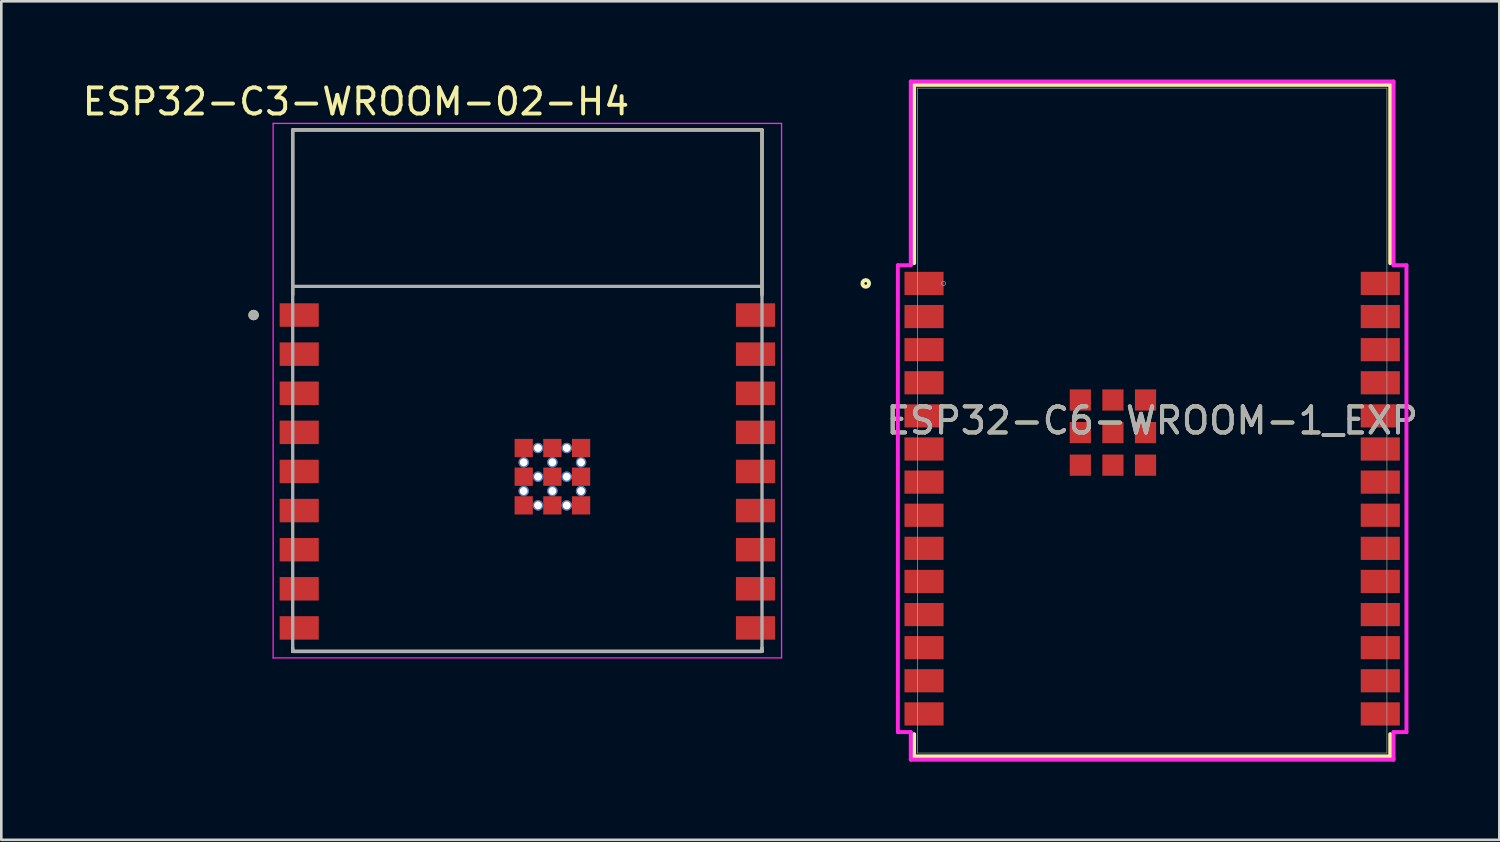
<source format=kicad_pcb>
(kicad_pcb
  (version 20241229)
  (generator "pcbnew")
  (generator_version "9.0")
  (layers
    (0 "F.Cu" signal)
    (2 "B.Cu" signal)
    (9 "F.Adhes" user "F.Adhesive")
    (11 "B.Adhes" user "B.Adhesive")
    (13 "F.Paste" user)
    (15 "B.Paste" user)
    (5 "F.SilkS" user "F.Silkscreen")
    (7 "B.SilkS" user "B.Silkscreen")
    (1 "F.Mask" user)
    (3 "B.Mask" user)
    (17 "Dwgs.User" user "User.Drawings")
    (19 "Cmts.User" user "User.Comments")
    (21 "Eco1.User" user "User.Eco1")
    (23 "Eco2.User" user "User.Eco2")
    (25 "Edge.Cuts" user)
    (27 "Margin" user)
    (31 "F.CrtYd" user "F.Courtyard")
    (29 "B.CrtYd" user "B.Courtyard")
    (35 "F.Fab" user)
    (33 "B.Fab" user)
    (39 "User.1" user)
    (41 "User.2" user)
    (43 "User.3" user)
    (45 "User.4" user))
  (footprint "ESP32-C6-WROOM-1_EXP"
    (layer "F.Cu")
    (at 41.14 13.081)
    (property "Reference" "ESP32-C6-WROOM-1_EXP" (at 0 0 0) (unlocked yes) (layer "F.SilkS") (effects (font (size 1 1) (thickness 0.15))))
    (attr smd)
    (fp_line (start -9.131 -12.878) (end 9.131 -12.878) (stroke (width 0.152) (type solid)) (layer "F.SilkS"))
    (fp_line (start -9.131 -6.037) (end -9.131 -12.878) (stroke (width 0.152) (type solid)) (layer "F.SilkS"))
    (fp_line (start -9.131 12.878) (end -9.131 12.027) (stroke (width 0.152) (type solid)) (layer "F.SilkS"))
    (fp_line (start 9.131 -12.878) (end 9.131 -6.037) (stroke (width 0.152) (type solid)) (layer "F.SilkS"))
    (fp_line (start 9.131 12.027) (end 9.131 12.878) (stroke (width 0.152) (type solid)) (layer "F.SilkS"))
    (fp_line (start 9.131 12.878) (end -9.131 12.878) (stroke (width 0.152) (type solid)) (layer "F.SilkS"))
    (fp_circle (center -10.985 -5.26) (end -10.858 -5.26) (stroke (width 0.152) (type solid)) (fill no) (layer "F.SilkS"))
    (fp_poly (pts (xy -9.004 -12.751) (xy -9.004 -6.756) (xy 9.004 -6.756) (xy 9.004 -12.751)) (stroke (width 0.1) (type solid)) (fill no) (layer "Eco2.User"))
    (fp_line (start -9.753 -5.958) (end -9.753 11.948) (stroke (width 0.152) (type solid)) (layer "F.CrtYd"))
    (fp_line (start -9.753 11.948) (end -9.258 11.948) (stroke (width 0.152) (type solid)) (layer "F.CrtYd"))
    (fp_line (start -9.258 -13.005) (end -9.258 -5.958) (stroke (width 0.152) (type solid)) (layer "F.CrtYd"))
    (fp_line (start -9.258 -5.958) (end -9.753 -5.958) (stroke (width 0.152) (type solid)) (layer "F.CrtYd"))
    (fp_line (start -9.258 11.948) (end -9.258 13.005) (stroke (width 0.152) (type solid)) (layer "F.CrtYd"))
    (fp_line (start -9.258 13.005) (end 9.258 13.005) (stroke (width 0.152) (type solid)) (layer "F.CrtYd"))
    (fp_line (start 9.258 -13.005) (end -9.258 -13.005) (stroke (width 0.152) (type solid)) (layer "F.CrtYd"))
    (fp_line (start 9.258 -5.958) (end 9.258 -13.005) (stroke (width 0.152) (type solid)) (layer "F.CrtYd"))
    (fp_line (start 9.258 11.948) (end 9.753 11.948) (stroke (width 0.152) (type solid)) (layer "F.CrtYd"))
    (fp_line (start 9.258 13.005) (end 9.258 11.948) (stroke (width 0.152) (type solid)) (layer "F.CrtYd"))
    (fp_line (start 9.753 -5.958) (end 9.258 -5.958) (stroke (width 0.152) (type solid)) (layer "F.CrtYd"))
    (fp_line (start 9.753 11.948) (end 9.753 -5.958) (stroke (width 0.152) (type solid)) (layer "F.CrtYd"))
    (fp_line (start -9.004 -12.751) (end -9.004 12.751) (stroke (width 0.025) (type solid)) (layer "F.Fab"))
    (fp_line (start -9.004 12.751) (end 9.004 12.751) (stroke (width 0.025) (type solid)) (layer "F.Fab"))
    (fp_line (start 9.004 -12.751) (end -9.004 -12.751) (stroke (width 0.025) (type solid)) (layer "F.Fab"))
    (fp_line (start 9.004 12.751) (end 9.004 -12.751) (stroke (width 0.025) (type solid)) (layer "F.Fab"))
    (fp_circle (center -8.001 -5.26) (end -7.925 -5.26) (stroke (width 0.025) (type solid)) (fill no) (layer "F.Fab"))
    (fp_text user "${REFERENCE}" (at 0 0 0) (unlocked yes) (layer "F.Fab") (effects (font (size 1 1) (thickness 0.15))))
    (pad "1" smd rect (at -8.75 -5.26) (size 1.499 0.889) (layers "F.Cu" "F.Mask" "F.Paste"))
    (pad "2" smd rect (at -8.75 -3.99) (size 1.499 0.889) (layers "F.Cu" "F.Mask" "F.Paste"))
    (pad "3" smd rect (at -8.75 -2.72) (size 1.499 0.889) (layers "F.Cu" "F.Mask" "F.Paste"))
    (pad "4" smd rect (at -8.75 -1.45) (size 1.499 0.889) (layers "F.Cu" "F.Mask" "F.Paste"))
    (pad "5" smd rect (at -8.75 -0.18) (size 1.499 0.889) (layers "F.Cu" "F.Mask" "F.Paste"))
    (pad "6" smd rect (at -8.75 1.09) (size 1.499 0.889) (layers "F.Cu" "F.Mask" "F.Paste"))
    (pad "7" smd rect (at -8.75 2.36) (size 1.499 0.889) (layers "F.Cu" "F.Mask" "F.Paste"))
    (pad "8" smd rect (at -8.75 3.63) (size 1.499 0.889) (layers "F.Cu" "F.Mask" "F.Paste"))
    (pad "9" smd rect (at -8.75 4.9) (size 1.499 0.889) (layers "F.Cu" "F.Mask" "F.Paste"))
    (pad "10" smd rect (at -8.75 6.17) (size 1.499 0.889) (layers "F.Cu" "F.Mask" "F.Paste"))
    (pad "11" smd rect (at -8.75 7.44) (size 1.499 0.889) (layers "F.Cu" "F.Mask" "F.Paste"))
    (pad "12" smd rect (at -8.75 8.71) (size 1.499 0.889) (layers "F.Cu" "F.Mask" "F.Paste"))
    (pad "13" smd rect (at -8.75 9.98) (size 1.499 0.889) (layers "F.Cu" "F.Mask" "F.Paste"))
    (pad "14" smd rect (at -8.75 11.25) (size 1.499 0.889) (layers "F.Cu" "F.Mask" "F.Paste"))
    (pad "15" smd rect (at 8.75 11.25) (size 1.499 0.889) (layers "F.Cu" "F.Mask" "F.Paste"))
    (pad "16" smd rect (at 8.75 9.98) (size 1.499 0.889) (layers "F.Cu" "F.Mask" "F.Paste"))
    (pad "17" smd rect (at 8.75 8.71) (size 1.499 0.889) (layers "F.Cu" "F.Mask" "F.Paste"))
    (pad "18" smd rect (at 8.75 7.44) (size 1.499 0.889) (layers "F.Cu" "F.Mask" "F.Paste"))
    (pad "19" smd rect (at 8.75 6.17) (size 1.499 0.889) (layers "F.Cu" "F.Mask" "F.Paste"))
    (pad "20" smd rect (at 8.75 4.9) (size 1.499 0.889) (layers "F.Cu" "F.Mask" "F.Paste"))
    (pad "21" smd rect (at 8.75 3.63) (size 1.499 0.889) (layers "F.Cu" "F.Mask" "F.Paste"))
    (pad "22" smd rect (at 8.75 2.36) (size 1.499 0.889) (layers "F.Cu" "F.Mask" "F.Paste"))
    (pad "23" smd rect (at 8.75 1.09) (size 1.499 0.889) (layers "F.Cu" "F.Mask" "F.Paste"))
    (pad "24" smd rect (at 8.75 -0.18) (size 1.499 0.889) (layers "F.Cu" "F.Mask" "F.Paste"))
    (pad "25" smd rect (at 8.75 -1.45) (size 1.499 0.889) (layers "F.Cu" "F.Mask" "F.Paste"))
    (pad "26" smd rect (at 8.75 -2.72) (size 1.499 0.889) (layers "F.Cu" "F.Mask" "F.Paste"))
    (pad "27" smd rect (at 8.75 -3.99) (size 1.499 0.889) (layers "F.Cu" "F.Mask" "F.Paste"))
    (pad "28" smd rect (at 8.75 -5.26) (size 1.499 0.889) (layers "F.Cu" "F.Mask" "F.Paste"))
    (pad "29" smd rect (at -1.505 0.46) (size 0.813 0.813) (layers "F.Cu" "F.Mask" "F.Paste"))
    (pad "30" smd rect (at -2.755 -0.79) (size 0.813 0.813) (layers "F.Cu" "F.Mask" "F.Paste"))
    (pad "31" smd rect (at -2.755 0.46) (size 0.813 0.813) (layers "F.Cu" "F.Mask" "F.Paste"))
    (pad "32" smd rect (at -2.755 1.71) (size 0.813 0.813) (layers "F.Cu" "F.Mask" "F.Paste"))
    (pad "33" smd rect (at -1.505 1.71) (size 0.813 0.813) (layers "F.Cu" "F.Mask" "F.Paste"))
    (pad "34" smd rect (at -0.255 1.71) (size 0.813 0.813) (layers "F.Cu" "F.Mask" "F.Paste"))
    (pad "35" smd rect (at -0.255 0.46) (size 0.813 0.813) (layers "F.Cu" "F.Mask" "F.Paste"))
    (pad "36" smd rect (at -0.255 -0.79) (size 0.813 0.813) (layers "F.Cu" "F.Mask" "F.Paste"))
    (pad "37" smd rect (at -1.505 -0.79) (size 0.813 0.813) (layers "F.Cu" "F.Mask" "F.Paste")))
  (footprint "ESP32-C3-WROOM-02-H4"
    (layer "F.Cu")
    (at 17.176 11.933)
    (property "Reference" "ESP32-C3-WROOM-02-H4" (at -6.575 -11.085 0) (layer "F.SilkS") (effects (font (size 1 1) (thickness 0.15))))
    (attr smd)
    (fp_line (start -9 -10) (end -9 -3.67) (stroke (width 0.127) (type solid)) (layer "F.SilkS"))
    (fp_line (start -9 10) (end -9 9.87) (stroke (width 0.127) (type solid)) (layer "F.SilkS"))
    (fp_line (start -9 10) (end 9 10) (stroke (width 0.127) (type solid)) (layer "F.SilkS"))
    (fp_line (start 9 -10) (end -9 -10) (stroke (width 0.127) (type solid)) (layer "F.SilkS"))
    (fp_line (start 9 -3.67) (end 9 -10) (stroke (width 0.127) (type solid)) (layer "F.SilkS"))
    (fp_line (start 9 10) (end 9 9.87) (stroke (width 0.127) (type solid)) (layer "F.SilkS"))
    (fp_circle (center -10.5 -2.9) (end -10.4 -2.9) (stroke (width 0.2) (type solid)) (fill no) (layer "F.SilkS"))
    (fp_line (start -9.75 -10.25) (end -9.75 10.25) (stroke (width 0.05) (type solid)) (layer "F.CrtYd"))
    (fp_line (start -9.75 10.25) (end 9.75 10.25) (stroke (width 0.05) (type solid)) (layer "F.CrtYd"))
    (fp_line (start 9.75 -10.25) (end -9.75 -10.25) (stroke (width 0.05) (type solid)) (layer "F.CrtYd"))
    (fp_line (start 9.75 10.25) (end 9.75 -10.25) (stroke (width 0.05) (type solid)) (layer "F.CrtYd"))
    (fp_line (start -9 -10) (end -9 -4) (stroke (width 0.127) (type solid)) (layer "F.Fab"))
    (fp_line (start -9 -4) (end -9 10) (stroke (width 0.127) (type solid)) (layer "F.Fab"))
    (fp_line (start -9 10) (end 9 10) (stroke (width 0.127) (type solid)) (layer "F.Fab"))
    (fp_line (start 9 -10) (end -9 -10) (stroke (width 0.127) (type solid)) (layer "F.Fab"))
    (fp_line (start 9 -4) (end -9 -4) (stroke (width 0.127) (type solid)) (layer "F.Fab"))
    (fp_line (start 9 -4) (end 9 -10) (stroke (width 0.127) (type solid)) (layer "F.Fab"))
    (fp_line (start 9 10) (end 9 -4) (stroke (width 0.127) (type solid)) (layer "F.Fab"))
    (fp_circle (center -10.5 -2.9) (end -10.4 -2.9) (stroke (width 0.2) (type solid)) (fill no) (layer "F.Fab"))
    (pad "1" smd rect (at -8.75 -2.9) (size 1.5 0.9) (layers "F.Cu" "F.Mask" "F.Paste"))
    (pad "2" smd rect (at -8.75 -1.4) (size 1.5 0.9) (layers "F.Cu" "F.Mask" "F.Paste"))
    (pad "3" smd rect (at -8.75 0.1) (size 1.5 0.9) (layers "F.Cu" "F.Mask" "F.Paste"))
    (pad "4" smd rect (at -8.75 1.6) (size 1.5 0.9) (layers "F.Cu" "F.Mask" "F.Paste"))
    (pad "5" smd rect (at -8.75 3.1) (size 1.5 0.9) (layers "F.Cu" "F.Mask" "F.Paste"))
    (pad "6" smd rect (at -8.75 4.6) (size 1.5 0.9) (layers "F.Cu" "F.Mask" "F.Paste"))
    (pad "7" smd rect (at -8.75 6.1) (size 1.5 0.9) (layers "F.Cu" "F.Mask" "F.Paste"))
    (pad "8" smd rect (at -8.75 7.6) (size 1.5 0.9) (layers "F.Cu" "F.Mask" "F.Paste"))
    (pad "9" smd rect (at -8.75 9.1) (size 1.5 0.9) (layers "F.Cu" "F.Mask" "F.Paste"))
    (pad "10" smd rect (at 8.75 9.1) (size 1.5 0.9) (layers "F.Cu" "F.Mask" "F.Paste"))
    (pad "11" smd rect (at 8.75 7.6) (size 1.5 0.9) (layers "F.Cu" "F.Mask" "F.Paste"))
    (pad "12" smd rect (at 8.75 6.1) (size 1.5 0.9) (layers "F.Cu" "F.Mask" "F.Paste"))
    (pad "13" smd rect (at 8.75 4.6) (size 1.5 0.9) (layers "F.Cu" "F.Mask" "F.Paste"))
    (pad "14" smd rect (at 8.75 3.1) (size 1.5 0.9) (layers "F.Cu" "F.Mask" "F.Paste"))
    (pad "15" smd rect (at 8.75 1.6) (size 1.5 0.9) (layers "F.Cu" "F.Mask" "F.Paste"))
    (pad "16" smd rect (at 8.75 0.1) (size 1.5 0.9) (layers "F.Cu" "F.Mask" "F.Paste"))
    (pad "17" smd rect (at 8.75 -1.4) (size 1.5 0.9) (layers "F.Cu" "F.Mask" "F.Paste"))
    (pad "18" smd rect (at 8.75 -2.9) (size 1.5 0.9) (layers "F.Cu" "F.Mask" "F.Paste"))
    (pad "19" smd rect (at -0.14 2.2) (size 0.7 0.7) (layers "F.Cu" "F.Mask" "F.Paste"))
    (pad "20" smd rect (at 0.96 2.2) (size 0.7 0.7) (layers "F.Cu" "F.Mask" "F.Paste"))
    (pad "21" smd rect (at 2.06 2.2) (size 0.7 0.7) (layers "F.Cu" "F.Mask" "F.Paste"))
    (pad "22" smd rect (at -0.14 3.3) (size 0.7 0.7) (layers "F.Cu" "F.Mask" "F.Paste"))
    (pad "23" smd rect (at 0.96 3.3) (size 0.7 0.7) (layers "F.Cu" "F.Mask" "F.Paste"))
    (pad "24" smd rect (at 2.06 3.3) (size 0.7 0.7) (layers "F.Cu" "F.Mask" "F.Paste"))
    (pad "25" smd rect (at -0.14 4.4) (size 0.7 0.7) (layers "F.Cu" "F.Mask" "F.Paste"))
    (pad "26" smd rect (at 0.96 4.4) (size 0.7 0.7) (layers "F.Cu" "F.Mask" "F.Paste"))
    (pad "27" smd rect (at 2.06 4.4) (size 0.7 0.7) (layers "F.Cu" "F.Mask" "F.Paste"))
    (pad "28" thru_hole circle (at 0.41 2.2) (size 0.4 0.4) (drill 0.3) (layers "*.Cu"))
    (pad "29" thru_hole circle (at 1.51 2.2) (size 0.4 0.4) (drill 0.3) (layers "*.Cu"))
    (pad "30" thru_hole circle (at -0.14 2.75) (size 0.4 0.4) (drill 0.3) (layers "*.Cu"))
    (pad "31" thru_hole circle (at 0.96 2.75) (size 0.4 0.4) (drill 0.3) (layers "*.Cu"))
    (pad "32" thru_hole circle (at 2.06 2.75) (size 0.4 0.4) (drill 0.3) (layers "*.Cu"))
    (pad "33" thru_hole circle (at 0.41 3.3) (size 0.4 0.4) (drill 0.3) (layers "*.Cu"))
    (pad "34" thru_hole circle (at 1.51 3.3) (size 0.4 0.4) (drill 0.3) (layers "*.Cu"))
    (pad "35" thru_hole circle (at -0.14 3.85) (size 0.4 0.4) (drill 0.3) (layers "*.Cu"))
    (pad "36" thru_hole circle (at 0.96 3.85) (size 0.4 0.4) (drill 0.3) (layers "*.Cu"))
    (pad "37" thru_hole circle (at 2.06 3.85) (size 0.4 0.4) (drill 0.3) (layers "*.Cu"))
    (pad "38" thru_hole circle (at 0.41 4.4) (size 0.4 0.4) (drill 0.3) (layers "*.Cu"))
    (pad "39" thru_hole circle (at 1.51 4.4) (size 0.4 0.4) (drill 0.3) (layers "*.Cu"))
    (zone (net_name "") (layer "F.Cu") (hatch full 0.508) (connect_pads) (min_thickness 0.01) (filled_areas_thickness no) (keepout (tracks not_allowed) (vias not_allowed) (pads not_allowed) (copperpour not_allowed) (footprints allowed)) (placement (enabled no)) (fill) (polygon (pts (xy 8.176 1.933) (xy 26.176 1.933) (xy 26.176 7.933) (xy 8.176 7.933))))
    (zone (net_name "") (layers "F.Cu" "B.Cu") (hatch full 0.508) (connect_pads) (min_thickness 0.01) (filled_areas_thickness no) (keepout (tracks allowed) (vias not_allowed) (pads allowed) (copperpour allowed) (footprints allowed)) (placement (enabled no)) (fill) (polygon (pts (xy 8.176 1.933) (xy 26.176 1.933) (xy 26.176 7.933) (xy 8.176 7.933))))
    (zone (net_name "") (layer "B.Cu") (hatch full 0.508) (connect_pads) (min_thickness 0.01) (filled_areas_thickness no) (keepout (tracks not_allowed) (vias not_allowed) (pads not_allowed) (copperpour not_allowed) (footprints allowed)) (placement (enabled no)) (fill) (polygon (pts (xy 8.176 1.933) (xy 26.176 1.933) (xy 26.176 7.933) (xy 8.176 7.933)))))
  (gr_rect
    (start -3 -3)
    (end 54.455 29.162)
    (stroke (width 0.1) (type default))
    (fill no)
    (layer "Edge.Cuts")))
</source>
